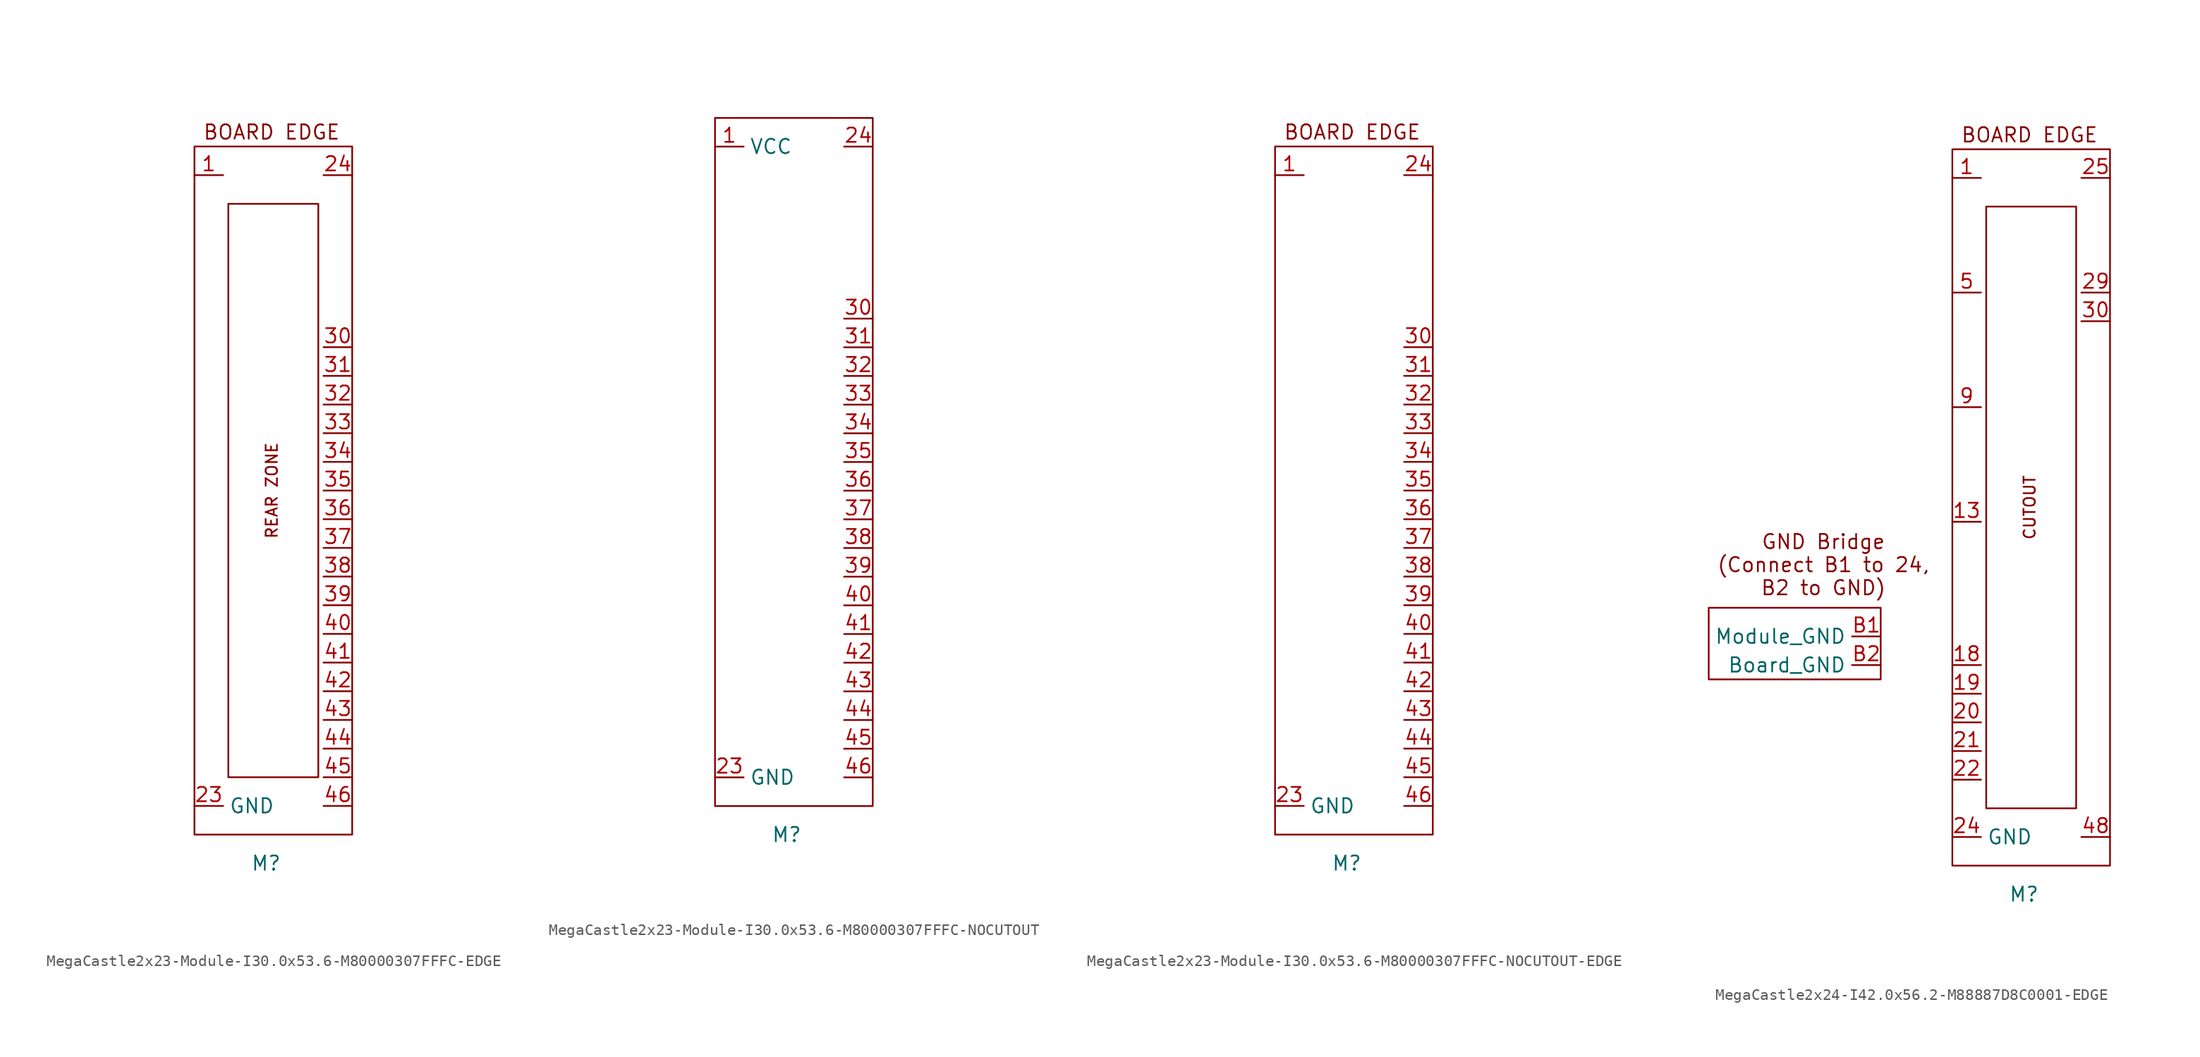
<source format=kicad_sym>
(kicad_symbol_lib
  (version 20231120)
  (generator "kicad_symbol_editor")
  (generator_version "8.0")
  (symbol "MegaCastle2x23-Module-I30.0x53.6-M80000307FFFC-EDGE"
    (property "Reference" "M"
      (at 0 -33.02 0)
      (effects (font (size 1.27 1.27))))
    (property "Value" ""
      (at 0 5.08 0)
      (effects (font (size 1.27 1.27))))
    (symbol "MegaCastle2x23-Module-I30.0x53.6-M80000307FFFC-EDGE_0_1"
      (rectangle (start -6.35 30.48) (end 7.62 -30.48) (stroke (width 0) (type default)) (fill (type none)))
      (rectangle (start -3.35 25.4) (end 4.62 -25.4) (stroke (width 0) (type default)) (fill (type none))))
    (symbol "MegaCastle2x23-Module-I30.0x53.6-M80000307FFFC-EDGE_1_1"
      (text " BOARD EDGE" (at 0 31.75 0) (effects (font (size 1.27 1.27))))
      (text "REAR ZONE" (at 0.5 0 900) (effects (font (size 1 1))))
      (pin bidirectional line (at -6.35 27.94 0) (length 2.54) (name "" (effects (font (size 1.27 1.27)))) (number "1" (effects (font (size 1.27 1.27)))))
      (pin bidirectional line (at -6.35 -27.94 0) (length 2.54) (name "GND" (effects (font (size 1.27 1.27)))) (number "23" (effects (font (size 1.27 1.27)))))
      (pin bidirectional line (at 7.62 27.94 180) (length 2.54) (name "" (effects (font (size 1.27 1.27)))) (number "24" (effects (font (size 1.27 1.27)))))
      (pin bidirectional line (at 7.62 12.7 180) (length 2.54) (name "" (effects (font (size 1.27 1.27)))) (number "30" (effects (font (size 1.27 1.27)))))
      (pin bidirectional line (at 7.62 10.16 180) (length 2.54) (name "" (effects (font (size 1.27 1.27)))) (number "31" (effects (font (size 1.27 1.27)))))
      (pin bidirectional line (at 7.62 7.62 180) (length 2.54) (name "" (effects (font (size 1.27 1.27)))) (number "32" (effects (font (size 1.27 1.27)))))
      (pin bidirectional line (at 7.62 5.08 180) (length 2.54) (name "" (effects (font (size 1.27 1.27)))) (number "33" (effects (font (size 1.27 1.27)))))
      (pin bidirectional line (at 7.62 2.54 180) (length 2.54) (name "" (effects (font (size 1.27 1.27)))) (number "34" (effects (font (size 1.27 1.27)))))
      (pin bidirectional line (at 7.62 0 180) (length 2.54) (name "" (effects (font (size 1.27 1.27)))) (number "35" (effects (font (size 1.27 1.27)))))
      (pin bidirectional line (at 7.62 -2.54 180) (length 2.54) (name "" (effects (font (size 1.27 1.27)))) (number "36" (effects (font (size 1.27 1.27)))))
      (pin bidirectional line (at 7.62 -5.08 180) (length 2.54) (name "" (effects (font (size 1.27 1.27)))) (number "37" (effects (font (size 1.27 1.27)))))
      (pin bidirectional line (at 7.62 -7.62 180) (length 2.54) (name "" (effects (font (size 1.27 1.27)))) (number "38" (effects (font (size 1.27 1.27)))))
      (pin bidirectional line (at 7.62 -10.16 180) (length 2.54) (name "" (effects (font (size 1.27 1.27)))) (number "39" (effects (font (size 1.27 1.27)))))
      (pin bidirectional line (at 7.62 -12.7 180) (length 2.54) (name "" (effects (font (size 1.27 1.27)))) (number "40" (effects (font (size 1.27 1.27)))))
      (pin bidirectional line (at 7.62 -15.24 180) (length 2.54) (name "" (effects (font (size 1.27 1.27)))) (number "41" (effects (font (size 1.27 1.27)))))
      (pin bidirectional line (at 7.62 -17.78 180) (length 2.54) (name "" (effects (font (size 1.27 1.27)))) (number "42" (effects (font (size 1.27 1.27)))))
      (pin bidirectional line (at 7.62 -20.32 180) (length 2.54) (name "" (effects (font (size 1.27 1.27)))) (number "43" (effects (font (size 1.27 1.27)))))
      (pin bidirectional line (at 7.62 -22.86 180) (length 2.54) (name "" (effects (font (size 1.27 1.27)))) (number "44" (effects (font (size 1.27 1.27)))))
      (pin bidirectional line (at 7.62 -25.4 180) (length 2.54) (name "" (effects (font (size 1.27 1.27)))) (number "45" (effects (font (size 1.27 1.27)))))
      (pin bidirectional line (at 7.62 -27.94 180) (length 2.54) (name "" (effects (font (size 1.27 1.27)))) (number "46" (effects (font (size 1.27 1.27)))))))
  (symbol "MegaCastle2x23-Module-I30.0x53.6-M80000307FFFC-NOCUTOUT"
    (property "Reference" "M"
      (at 0 -33.02 0)
      (effects (font (size 1.27 1.27))))
    (property "Value" ""
      (at 0 5.08 0)
      (effects (font (size 1.27 1.27))))
    (symbol "MegaCastle2x23-Module-I30.0x53.6-M80000307FFFC-NOCUTOUT_0_1"
      (rectangle (start -6.35 30.48) (end 7.62 -30.48) (stroke (width 0) (type default)) (fill (type none))))
    (symbol "MegaCastle2x23-Module-I30.0x53.6-M80000307FFFC-NOCUTOUT_1_1"
      (pin bidirectional line (at -6.35 27.94 0) (length 2.54) (name "VCC" (effects (font (size 1.27 1.27)))) (number "1" (effects (font (size 1.27 1.27)))))
      (pin bidirectional line (at -6.35 -27.94 0) (length 2.54) (name "GND" (effects (font (size 1.27 1.27)))) (number "23" (effects (font (size 1.27 1.27)))))
      (pin bidirectional line (at 7.62 27.94 180) (length 2.54) (name "" (effects (font (size 1.27 1.27)))) (number "24" (effects (font (size 1.27 1.27)))))
      (pin bidirectional line (at 7.62 12.7 180) (length 2.54) (name "" (effects (font (size 1.27 1.27)))) (number "30" (effects (font (size 1.27 1.27)))))
      (pin bidirectional line (at 7.62 10.16 180) (length 2.54) (name "" (effects (font (size 1.27 1.27)))) (number "31" (effects (font (size 1.27 1.27)))))
      (pin bidirectional line (at 7.62 7.62 180) (length 2.54) (name "" (effects (font (size 1.27 1.27)))) (number "32" (effects (font (size 1.27 1.27)))))
      (pin bidirectional line (at 7.62 5.08 180) (length 2.54) (name "" (effects (font (size 1.27 1.27)))) (number "33" (effects (font (size 1.27 1.27)))))
      (pin bidirectional line (at 7.62 2.54 180) (length 2.54) (name "" (effects (font (size 1.27 1.27)))) (number "34" (effects (font (size 1.27 1.27)))))
      (pin bidirectional line (at 7.62 0 180) (length 2.54) (name "" (effects (font (size 1.27 1.27)))) (number "35" (effects (font (size 1.27 1.27)))))
      (pin bidirectional line (at 7.62 -2.54 180) (length 2.54) (name "" (effects (font (size 1.27 1.27)))) (number "36" (effects (font (size 1.27 1.27)))))
      (pin bidirectional line (at 7.62 -5.08 180) (length 2.54) (name "" (effects (font (size 1.27 1.27)))) (number "37" (effects (font (size 1.27 1.27)))))
      (pin bidirectional line (at 7.62 -7.62 180) (length 2.54) (name "" (effects (font (size 1.27 1.27)))) (number "38" (effects (font (size 1.27 1.27)))))
      (pin bidirectional line (at 7.62 -10.16 180) (length 2.54) (name "" (effects (font (size 1.27 1.27)))) (number "39" (effects (font (size 1.27 1.27)))))
      (pin bidirectional line (at 7.62 -12.7 180) (length 2.54) (name "" (effects (font (size 1.27 1.27)))) (number "40" (effects (font (size 1.27 1.27)))))
      (pin bidirectional line (at 7.62 -15.24 180) (length 2.54) (name "" (effects (font (size 1.27 1.27)))) (number "41" (effects (font (size 1.27 1.27)))))
      (pin bidirectional line (at 7.62 -17.78 180) (length 2.54) (name "" (effects (font (size 1.27 1.27)))) (number "42" (effects (font (size 1.27 1.27)))))
      (pin bidirectional line (at 7.62 -20.32 180) (length 2.54) (name "" (effects (font (size 1.27 1.27)))) (number "43" (effects (font (size 1.27 1.27)))))
      (pin bidirectional line (at 7.62 -22.86 180) (length 2.54) (name "" (effects (font (size 1.27 1.27)))) (number "44" (effects (font (size 1.27 1.27)))))
      (pin bidirectional line (at 7.62 -25.4 180) (length 2.54) (name "" (effects (font (size 1.27 1.27)))) (number "45" (effects (font (size 1.27 1.27)))))
      (pin bidirectional line (at 7.62 -27.94 180) (length 2.54) (name "" (effects (font (size 1.27 1.27)))) (number "46" (effects (font (size 1.27 1.27)))))))
  (symbol "MegaCastle2x23-Module-I30.0x53.6-M80000307FFFC-NOCUTOUT-EDGE"
    (property "Reference" "M"
      (at 0 -33.02 0)
      (effects (font (size 1.27 1.27))))
    (property "Value" ""
      (at 0 5.08 0)
      (effects (font (size 1.27 1.27))))
    (symbol "MegaCastle2x23-Module-I30.0x53.6-M80000307FFFC-NOCUTOUT-EDGE_0_1"
      (rectangle (start -6.35 30.48) (end 7.62 -30.48) (stroke (width 0) (type default)) (fill (type none))))
    (symbol "MegaCastle2x23-Module-I30.0x53.6-M80000307FFFC-NOCUTOUT-EDGE_1_1"
      (text " BOARD EDGE" (at 0 31.75 0) (effects (font (size 1.27 1.27))))
      (pin bidirectional line (at -6.35 27.94 0) (length 2.54) (name "" (effects (font (size 1.27 1.27)))) (number "1" (effects (font (size 1.27 1.27)))))
      (pin bidirectional line (at -6.35 -27.94 0) (length 2.54) (name "GND" (effects (font (size 1.27 1.27)))) (number "23" (effects (font (size 1.27 1.27)))))
      (pin bidirectional line (at 7.62 27.94 180) (length 2.54) (name "" (effects (font (size 1.27 1.27)))) (number "24" (effects (font (size 1.27 1.27)))))
      (pin bidirectional line (at 7.62 12.7 180) (length 2.54) (name "" (effects (font (size 1.27 1.27)))) (number "30" (effects (font (size 1.27 1.27)))))
      (pin bidirectional line (at 7.62 10.16 180) (length 2.54) (name "" (effects (font (size 1.27 1.27)))) (number "31" (effects (font (size 1.27 1.27)))))
      (pin bidirectional line (at 7.62 7.62 180) (length 2.54) (name "" (effects (font (size 1.27 1.27)))) (number "32" (effects (font (size 1.27 1.27)))))
      (pin bidirectional line (at 7.62 5.08 180) (length 2.54) (name "" (effects (font (size 1.27 1.27)))) (number "33" (effects (font (size 1.27 1.27)))))
      (pin bidirectional line (at 7.62 2.54 180) (length 2.54) (name "" (effects (font (size 1.27 1.27)))) (number "34" (effects (font (size 1.27 1.27)))))
      (pin bidirectional line (at 7.62 0 180) (length 2.54) (name "" (effects (font (size 1.27 1.27)))) (number "35" (effects (font (size 1.27 1.27)))))
      (pin bidirectional line (at 7.62 -2.54 180) (length 2.54) (name "" (effects (font (size 1.27 1.27)))) (number "36" (effects (font (size 1.27 1.27)))))
      (pin bidirectional line (at 7.62 -5.08 180) (length 2.54) (name "" (effects (font (size 1.27 1.27)))) (number "37" (effects (font (size 1.27 1.27)))))
      (pin bidirectional line (at 7.62 -7.62 180) (length 2.54) (name "" (effects (font (size 1.27 1.27)))) (number "38" (effects (font (size 1.27 1.27)))))
      (pin bidirectional line (at 7.62 -10.16 180) (length 2.54) (name "" (effects (font (size 1.27 1.27)))) (number "39" (effects (font (size 1.27 1.27)))))
      (pin bidirectional line (at 7.62 -12.7 180) (length 2.54) (name "" (effects (font (size 1.27 1.27)))) (number "40" (effects (font (size 1.27 1.27)))))
      (pin bidirectional line (at 7.62 -15.24 180) (length 2.54) (name "" (effects (font (size 1.27 1.27)))) (number "41" (effects (font (size 1.27 1.27)))))
      (pin bidirectional line (at 7.62 -17.78 180) (length 2.54) (name "" (effects (font (size 1.27 1.27)))) (number "42" (effects (font (size 1.27 1.27)))))
      (pin bidirectional line (at 7.62 -20.32 180) (length 2.54) (name "" (effects (font (size 1.27 1.27)))) (number "43" (effects (font (size 1.27 1.27)))))
      (pin bidirectional line (at 7.62 -22.86 180) (length 2.54) (name "" (effects (font (size 1.27 1.27)))) (number "44" (effects (font (size 1.27 1.27)))))
      (pin bidirectional line (at 7.62 -25.4 180) (length 2.54) (name "" (effects (font (size 1.27 1.27)))) (number "45" (effects (font (size 1.27 1.27)))))
      (pin bidirectional line (at 7.62 -27.94 180) (length 2.54) (name "" (effects (font (size 1.27 1.27)))) (number "46" (effects (font (size 1.27 1.27)))))))
  (symbol "MegaCastle2x24-I42.0x56.2-M88887D8C0001-EDGE"
    (property "Reference" "M"
      (at 0 -34.29 0)
      (effects (font (size 1.27 1.27))))
    (property "Value" ""
      (at 0 5.08 0)
      (effects (font (size 1.27 1.27))))
    (symbol "MegaCastle2x24-I42.0x56.2-M88887D8C0001-EDGE_0_1"
      (rectangle (start -27.94 -8.89) (end -12.7 -15.24) (stroke (width 0) (type default)) (fill (type none)))
      (rectangle (start -6.35 31.75) (end 7.62 -31.75) (stroke (width 0) (type default)) (fill (type none)))
      (rectangle (start -3.35 26.67) (end 4.62 -26.67) (stroke (width 0) (type default)) (fill (type none))))
    (symbol "MegaCastle2x24-I42.0x56.2-M88887D8C0001-EDGE_1_1"
      (text " BOARD EDGE" (at 0 33.02 0) (effects (font (size 1.27 1.27))))
      (text "CUTOUT" (at 0.5 0 900) (effects (font (size 1 1))))
      (text "GND Bridge\n(Connect B1 to 24,\nB2 to GND)" (at -17.78 -5.08 0) (effects (font (size 1.27 1.27))))
      (pin bidirectional line (at -6.35 29.21 0) (length 2.54) (name "" (effects (font (size 1.27 1.27)))) (number "1" (effects (font (size 1.27 1.27)))))
      (pin bidirectional line (at -6.35 -1.27 0) (length 2.54) (name "" (effects (font (size 1.27 1.27)))) (number "13" (effects (font (size 1.27 1.27)))))
      (pin bidirectional line (at -6.35 -13.97 0) (length 2.54) (name "" (effects (font (size 1.27 1.27)))) (number "18" (effects (font (size 1.27 1.27)))))
      (pin bidirectional line (at -6.35 -16.51 0) (length 2.54) (name "" (effects (font (size 1.27 1.27)))) (number "19" (effects (font (size 1.27 1.27)))))
      (pin bidirectional line (at -6.35 -19.05 0) (length 2.54) (name "" (effects (font (size 1.27 1.27)))) (number "20" (effects (font (size 1.27 1.27)))))
      (pin bidirectional line (at -6.35 -21.59 0) (length 2.54) (name "" (effects (font (size 1.27 1.27)))) (number "21" (effects (font (size 1.27 1.27)))))
      (pin bidirectional line (at -6.35 -24.13 0) (length 2.54) (name "" (effects (font (size 1.27 1.27)))) (number "22" (effects (font (size 1.27 1.27)))))
      (pin bidirectional line (at -6.35 -29.21 0) (length 2.54) (name "GND" (effects (font (size 1.27 1.27)))) (number "24" (effects (font (size 1.27 1.27)))))
      (pin bidirectional line (at 7.62 29.21 180) (length 2.54) (name "" (effects (font (size 1.27 1.27)))) (number "25" (effects (font (size 1.27 1.27)))))
      (pin bidirectional line (at 7.62 19.05 180) (length 2.54) (name "" (effects (font (size 1.27 1.27)))) (number "29" (effects (font (size 1.27 1.27)))))
      (pin bidirectional line (at 7.62 16.51 180) (length 2.54) (name "" (effects (font (size 1.27 1.27)))) (number "30" (effects (font (size 1.27 1.27)))))
      (pin bidirectional line (at 7.62 -29.21 180) (length 2.54) (name "" (effects (font (size 1.27 1.27)))) (number "48" (effects (font (size 1.27 1.27)))))
      (pin bidirectional line (at -6.35 19.05 0) (length 2.54) (name "" (effects (font (size 1.27 1.27)))) (number "5" (effects (font (size 1.27 1.27)))))
      (pin bidirectional line (at -6.35 8.89 0) (length 2.54) (name "" (effects (font (size 1.27 1.27)))) (number "9" (effects (font (size 1.27 1.27)))))
      (pin bidirectional line (at -12.7 -11.43 180) (length 2.54) (name "Module_GND" (effects (font (size 1.27 1.27)))) (number "B1" (effects (font (size 1.27 1.27)))))
      (pin bidirectional line (at -12.7 -13.97 180) (length 2.54) (name "Board_GND" (effects (font (size 1.27 1.27)))) (number "B2" (effects (font (size 1.27 1.27))))))))
</source>
